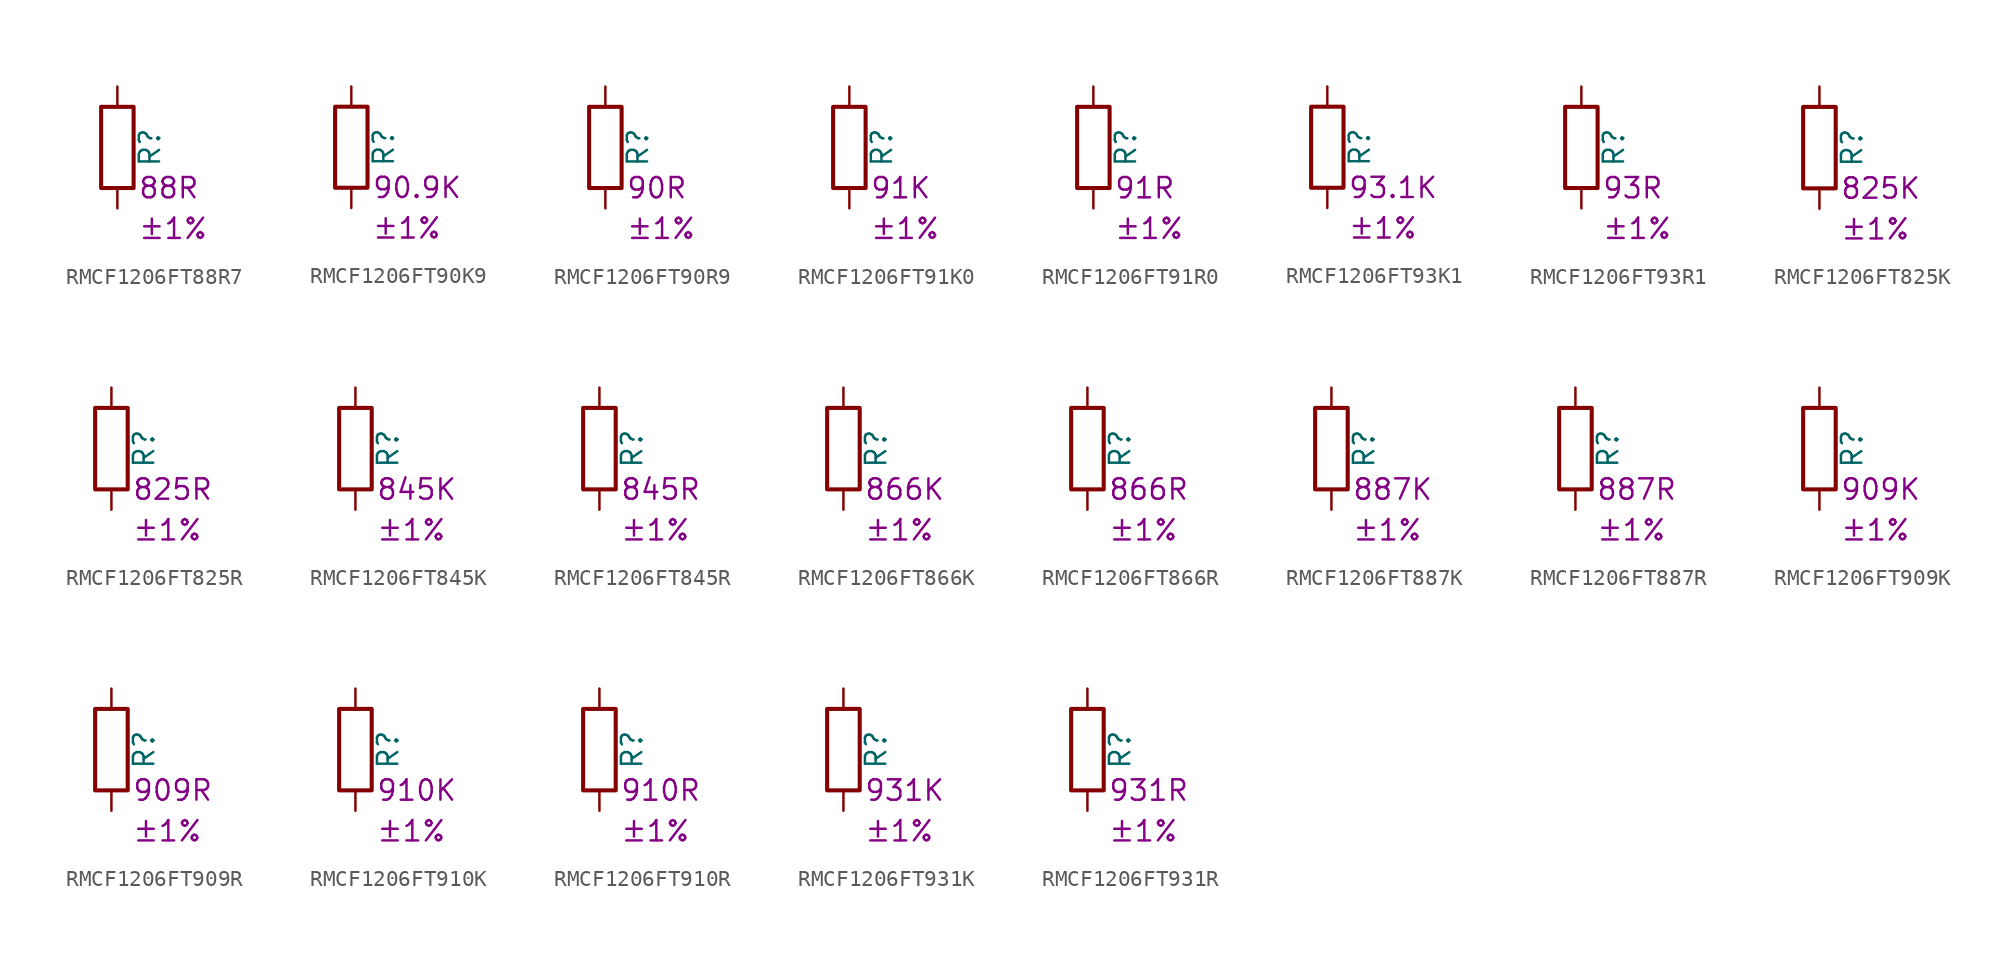
<source format=kicad_sym>
(kicad_symbol_lib
  (version 20220914)
  (generator kicad_symbol_editor)
  (symbol "RMCF1206FT88R7"
    (pin_numbers hide)
    (pin_names
      (offset 0))
    (property "Reference" "R"
      (at 2.032 0 90)
      (effects (font (size 1.27 1.27))))
    (property "Resistance" "88R"
      (at 1.27 -2.54 0)
      (effects (font (size 1.27 1.27)) (justify left)))
    (property "Tolerance" "±1%"
      (at 1.27 -5.08 0)
      (effects (font (size 1.27 1.27)) (justify left)))
    (symbol "RMCF1206FT88R7_0_1"
      (rectangle (start -1.016 -2.54) (end 1.016 2.54) (stroke (width 0.254) (type default)) (fill (type none))))
    (symbol "RMCF1206FT88R7_1_1"
      (pin passive line (at 0 3.81 270) (length 1.27) (name "~" (effects (font (size 1.27 1.27)))) (number "1" (effects (font (size 1.27 1.27)))))
      (pin passive line (at 0 -3.81 90) (length 1.27) (name "~" (effects (font (size 1.27 1.27)))) (number "2" (effects (font (size 1.27 1.27)))))))
  (symbol "RMCF1206FT90K9"
    (pin_numbers hide)
    (pin_names
      (offset 0))
    (property "Reference" "R"
      (at 2.032 0 90)
      (effects (font (size 1.27 1.27))))
    (property "Resistance" "90.9K"
      (at 1.27 -2.54 0)
      (effects (font (size 1.27 1.27)) (justify left)))
    (property "Tolerance" "±1%"
      (at 1.27 -5.08 0)
      (effects (font (size 1.27 1.27)) (justify left)))
    (symbol "RMCF1206FT90K9_0_1"
      (rectangle (start -1.016 -2.54) (end 1.016 2.54) (stroke (width 0.254) (type default)) (fill (type none))))
    (symbol "RMCF1206FT90K9_1_1"
      (pin passive line (at 0 3.81 270) (length 1.27) (name "~" (effects (font (size 1.27 1.27)))) (number "1" (effects (font (size 1.27 1.27)))))
      (pin passive line (at 0 -3.81 90) (length 1.27) (name "~" (effects (font (size 1.27 1.27)))) (number "2" (effects (font (size 1.27 1.27)))))))
  (symbol "RMCF1206FT90R9"
    (pin_numbers hide)
    (pin_names
      (offset 0))
    (property "Reference" "R"
      (at 2.032 0 90)
      (effects (font (size 1.27 1.27))))
    (property "Resistance" "90R"
      (at 1.27 -2.54 0)
      (effects (font (size 1.27 1.27)) (justify left)))
    (property "Tolerance" "±1%"
      (at 1.27 -5.08 0)
      (effects (font (size 1.27 1.27)) (justify left)))
    (symbol "RMCF1206FT90R9_0_1"
      (rectangle (start -1.016 -2.54) (end 1.016 2.54) (stroke (width 0.254) (type default)) (fill (type none))))
    (symbol "RMCF1206FT90R9_1_1"
      (pin passive line (at 0 3.81 270) (length 1.27) (name "~" (effects (font (size 1.27 1.27)))) (number "1" (effects (font (size 1.27 1.27)))))
      (pin passive line (at 0 -3.81 90) (length 1.27) (name "~" (effects (font (size 1.27 1.27)))) (number "2" (effects (font (size 1.27 1.27)))))))
  (symbol "RMCF1206FT91K0"
    (pin_numbers hide)
    (pin_names
      (offset 0))
    (property "Reference" "R"
      (at 2.032 0 90)
      (effects (font (size 1.27 1.27))))
    (property "Resistance" "91K"
      (at 1.27 -2.54 0)
      (effects (font (size 1.27 1.27)) (justify left)))
    (property "Tolerance" "±1%"
      (at 1.27 -5.08 0)
      (effects (font (size 1.27 1.27)) (justify left)))
    (symbol "RMCF1206FT91K0_0_1"
      (rectangle (start -1.016 -2.54) (end 1.016 2.54) (stroke (width 0.254) (type default)) (fill (type none))))
    (symbol "RMCF1206FT91K0_1_1"
      (pin passive line (at 0 3.81 270) (length 1.27) (name "~" (effects (font (size 1.27 1.27)))) (number "1" (effects (font (size 1.27 1.27)))))
      (pin passive line (at 0 -3.81 90) (length 1.27) (name "~" (effects (font (size 1.27 1.27)))) (number "2" (effects (font (size 1.27 1.27)))))))
  (symbol "RMCF1206FT91R0"
    (pin_numbers hide)
    (pin_names
      (offset 0))
    (property "Reference" "R"
      (at 2.032 0 90)
      (effects (font (size 1.27 1.27))))
    (property "Resistance" "91R"
      (at 1.27 -2.54 0)
      (effects (font (size 1.27 1.27)) (justify left)))
    (property "Tolerance" "±1%"
      (at 1.27 -5.08 0)
      (effects (font (size 1.27 1.27)) (justify left)))
    (symbol "RMCF1206FT91R0_0_1"
      (rectangle (start -1.016 -2.54) (end 1.016 2.54) (stroke (width 0.254) (type default)) (fill (type none))))
    (symbol "RMCF1206FT91R0_1_1"
      (pin passive line (at 0 3.81 270) (length 1.27) (name "~" (effects (font (size 1.27 1.27)))) (number "1" (effects (font (size 1.27 1.27)))))
      (pin passive line (at 0 -3.81 90) (length 1.27) (name "~" (effects (font (size 1.27 1.27)))) (number "2" (effects (font (size 1.27 1.27)))))))
  (symbol "RMCF1206FT93K1"
    (pin_numbers hide)
    (pin_names
      (offset 0))
    (property "Reference" "R"
      (at 2.032 0 90)
      (effects (font (size 1.27 1.27))))
    (property "Resistance" "93.1K"
      (at 1.27 -2.54 0)
      (effects (font (size 1.27 1.27)) (justify left)))
    (property "Tolerance" "±1%"
      (at 1.27 -5.08 0)
      (effects (font (size 1.27 1.27)) (justify left)))
    (symbol "RMCF1206FT93K1_0_1"
      (rectangle (start -1.016 -2.54) (end 1.016 2.54) (stroke (width 0.254) (type default)) (fill (type none))))
    (symbol "RMCF1206FT93K1_1_1"
      (pin passive line (at 0 3.81 270) (length 1.27) (name "~" (effects (font (size 1.27 1.27)))) (number "1" (effects (font (size 1.27 1.27)))))
      (pin passive line (at 0 -3.81 90) (length 1.27) (name "~" (effects (font (size 1.27 1.27)))) (number "2" (effects (font (size 1.27 1.27)))))))
  (symbol "RMCF1206FT93R1"
    (pin_numbers hide)
    (pin_names
      (offset 0))
    (property "Reference" "R"
      (at 2.032 0 90)
      (effects (font (size 1.27 1.27))))
    (property "Resistance" "93R"
      (at 1.27 -2.54 0)
      (effects (font (size 1.27 1.27)) (justify left)))
    (property "Tolerance" "±1%"
      (at 1.27 -5.08 0)
      (effects (font (size 1.27 1.27)) (justify left)))
    (symbol "RMCF1206FT93R1_0_1"
      (rectangle (start -1.016 -2.54) (end 1.016 2.54) (stroke (width 0.254) (type default)) (fill (type none))))
    (symbol "RMCF1206FT93R1_1_1"
      (pin passive line (at 0 3.81 270) (length 1.27) (name "~" (effects (font (size 1.27 1.27)))) (number "1" (effects (font (size 1.27 1.27)))))
      (pin passive line (at 0 -3.81 90) (length 1.27) (name "~" (effects (font (size 1.27 1.27)))) (number "2" (effects (font (size 1.27 1.27)))))))
  (symbol "RMCF1206FT825K"
    (pin_numbers hide)
    (pin_names
      (offset 0))
    (property "Reference" "R"
      (at 2.032 0 90)
      (effects (font (size 1.27 1.27))))
    (property "Resistance" "825K"
      (at 1.27 -2.54 0)
      (effects (font (size 1.27 1.27)) (justify left)))
    (property "Tolerance" "±1%"
      (at 1.27 -5.08 0)
      (effects (font (size 1.27 1.27)) (justify left)))
    (symbol "RMCF1206FT825K_0_1"
      (rectangle (start -1.016 -2.54) (end 1.016 2.54) (stroke (width 0.254) (type default)) (fill (type none))))
    (symbol "RMCF1206FT825K_1_1"
      (pin passive line (at 0 3.81 270) (length 1.27) (name "~" (effects (font (size 1.27 1.27)))) (number "1" (effects (font (size 1.27 1.27)))))
      (pin passive line (at 0 -3.81 90) (length 1.27) (name "~" (effects (font (size 1.27 1.27)))) (number "2" (effects (font (size 1.27 1.27)))))))
  (symbol "RMCF1206FT825R"
    (pin_numbers hide)
    (pin_names
      (offset 0))
    (property "Reference" "R"
      (at 2.032 0 90)
      (effects (font (size 1.27 1.27))))
    (property "Resistance" "825R"
      (at 1.27 -2.54 0)
      (effects (font (size 1.27 1.27)) (justify left)))
    (property "Tolerance" "±1%"
      (at 1.27 -5.08 0)
      (effects (font (size 1.27 1.27)) (justify left)))
    (symbol "RMCF1206FT825R_0_1"
      (rectangle (start -1.016 -2.54) (end 1.016 2.54) (stroke (width 0.254) (type default)) (fill (type none))))
    (symbol "RMCF1206FT825R_1_1"
      (pin passive line (at 0 3.81 270) (length 1.27) (name "~" (effects (font (size 1.27 1.27)))) (number "1" (effects (font (size 1.27 1.27)))))
      (pin passive line (at 0 -3.81 90) (length 1.27) (name "~" (effects (font (size 1.27 1.27)))) (number "2" (effects (font (size 1.27 1.27)))))))
  (symbol "RMCF1206FT845K"
    (pin_numbers hide)
    (pin_names
      (offset 0))
    (property "Reference" "R"
      (at 2.032 0 90)
      (effects (font (size 1.27 1.27))))
    (property "Resistance" "845K"
      (at 1.27 -2.54 0)
      (effects (font (size 1.27 1.27)) (justify left)))
    (property "Tolerance" "±1%"
      (at 1.27 -5.08 0)
      (effects (font (size 1.27 1.27)) (justify left)))
    (symbol "RMCF1206FT845K_0_1"
      (rectangle (start -1.016 -2.54) (end 1.016 2.54) (stroke (width 0.254) (type default)) (fill (type none))))
    (symbol "RMCF1206FT845K_1_1"
      (pin passive line (at 0 3.81 270) (length 1.27) (name "~" (effects (font (size 1.27 1.27)))) (number "1" (effects (font (size 1.27 1.27)))))
      (pin passive line (at 0 -3.81 90) (length 1.27) (name "~" (effects (font (size 1.27 1.27)))) (number "2" (effects (font (size 1.27 1.27)))))))
  (symbol "RMCF1206FT845R"
    (pin_numbers hide)
    (pin_names
      (offset 0))
    (property "Reference" "R"
      (at 2.032 0 90)
      (effects (font (size 1.27 1.27))))
    (property "Resistance" "845R"
      (at 1.27 -2.54 0)
      (effects (font (size 1.27 1.27)) (justify left)))
    (property "Tolerance" "±1%"
      (at 1.27 -5.08 0)
      (effects (font (size 1.27 1.27)) (justify left)))
    (symbol "RMCF1206FT845R_0_1"
      (rectangle (start -1.016 -2.54) (end 1.016 2.54) (stroke (width 0.254) (type default)) (fill (type none))))
    (symbol "RMCF1206FT845R_1_1"
      (pin passive line (at 0 3.81 270) (length 1.27) (name "~" (effects (font (size 1.27 1.27)))) (number "1" (effects (font (size 1.27 1.27)))))
      (pin passive line (at 0 -3.81 90) (length 1.27) (name "~" (effects (font (size 1.27 1.27)))) (number "2" (effects (font (size 1.27 1.27)))))))
  (symbol "RMCF1206FT866K"
    (pin_numbers hide)
    (pin_names
      (offset 0))
    (property "Reference" "R"
      (at 2.032 0 90)
      (effects (font (size 1.27 1.27))))
    (property "Resistance" "866K"
      (at 1.27 -2.54 0)
      (effects (font (size 1.27 1.27)) (justify left)))
    (property "Tolerance" "±1%"
      (at 1.27 -5.08 0)
      (effects (font (size 1.27 1.27)) (justify left)))
    (symbol "RMCF1206FT866K_0_1"
      (rectangle (start -1.016 -2.54) (end 1.016 2.54) (stroke (width 0.254) (type default)) (fill (type none))))
    (symbol "RMCF1206FT866K_1_1"
      (pin passive line (at 0 3.81 270) (length 1.27) (name "~" (effects (font (size 1.27 1.27)))) (number "1" (effects (font (size 1.27 1.27)))))
      (pin passive line (at 0 -3.81 90) (length 1.27) (name "~" (effects (font (size 1.27 1.27)))) (number "2" (effects (font (size 1.27 1.27)))))))
  (symbol "RMCF1206FT866R"
    (pin_numbers hide)
    (pin_names
      (offset 0))
    (property "Reference" "R"
      (at 2.032 0 90)
      (effects (font (size 1.27 1.27))))
    (property "Resistance" "866R"
      (at 1.27 -2.54 0)
      (effects (font (size 1.27 1.27)) (justify left)))
    (property "Tolerance" "±1%"
      (at 1.27 -5.08 0)
      (effects (font (size 1.27 1.27)) (justify left)))
    (symbol "RMCF1206FT866R_0_1"
      (rectangle (start -1.016 -2.54) (end 1.016 2.54) (stroke (width 0.254) (type default)) (fill (type none))))
    (symbol "RMCF1206FT866R_1_1"
      (pin passive line (at 0 3.81 270) (length 1.27) (name "~" (effects (font (size 1.27 1.27)))) (number "1" (effects (font (size 1.27 1.27)))))
      (pin passive line (at 0 -3.81 90) (length 1.27) (name "~" (effects (font (size 1.27 1.27)))) (number "2" (effects (font (size 1.27 1.27)))))))
  (symbol "RMCF1206FT887K"
    (pin_numbers hide)
    (pin_names
      (offset 0))
    (property "Reference" "R"
      (at 2.032 0 90)
      (effects (font (size 1.27 1.27))))
    (property "Resistance" "887K"
      (at 1.27 -2.54 0)
      (effects (font (size 1.27 1.27)) (justify left)))
    (property "Tolerance" "±1%"
      (at 1.27 -5.08 0)
      (effects (font (size 1.27 1.27)) (justify left)))
    (symbol "RMCF1206FT887K_0_1"
      (rectangle (start -1.016 -2.54) (end 1.016 2.54) (stroke (width 0.254) (type default)) (fill (type none))))
    (symbol "RMCF1206FT887K_1_1"
      (pin passive line (at 0 3.81 270) (length 1.27) (name "~" (effects (font (size 1.27 1.27)))) (number "1" (effects (font (size 1.27 1.27)))))
      (pin passive line (at 0 -3.81 90) (length 1.27) (name "~" (effects (font (size 1.27 1.27)))) (number "2" (effects (font (size 1.27 1.27)))))))
  (symbol "RMCF1206FT887R"
    (pin_numbers hide)
    (pin_names
      (offset 0))
    (property "Reference" "R"
      (at 2.032 0 90)
      (effects (font (size 1.27 1.27))))
    (property "Resistance" "887R"
      (at 1.27 -2.54 0)
      (effects (font (size 1.27 1.27)) (justify left)))
    (property "Tolerance" "±1%"
      (at 1.27 -5.08 0)
      (effects (font (size 1.27 1.27)) (justify left)))
    (symbol "RMCF1206FT887R_0_1"
      (rectangle (start -1.016 -2.54) (end 1.016 2.54) (stroke (width 0.254) (type default)) (fill (type none))))
    (symbol "RMCF1206FT887R_1_1"
      (pin passive line (at 0 3.81 270) (length 1.27) (name "~" (effects (font (size 1.27 1.27)))) (number "1" (effects (font (size 1.27 1.27)))))
      (pin passive line (at 0 -3.81 90) (length 1.27) (name "~" (effects (font (size 1.27 1.27)))) (number "2" (effects (font (size 1.27 1.27)))))))
  (symbol "RMCF1206FT909K"
    (pin_numbers hide)
    (pin_names
      (offset 0))
    (property "Reference" "R"
      (at 2.032 0 90)
      (effects (font (size 1.27 1.27))))
    (property "Resistance" "909K"
      (at 1.27 -2.54 0)
      (effects (font (size 1.27 1.27)) (justify left)))
    (property "Tolerance" "±1%"
      (at 1.27 -5.08 0)
      (effects (font (size 1.27 1.27)) (justify left)))
    (symbol "RMCF1206FT909K_0_1"
      (rectangle (start -1.016 -2.54) (end 1.016 2.54) (stroke (width 0.254) (type default)) (fill (type none))))
    (symbol "RMCF1206FT909K_1_1"
      (pin passive line (at 0 3.81 270) (length 1.27) (name "~" (effects (font (size 1.27 1.27)))) (number "1" (effects (font (size 1.27 1.27)))))
      (pin passive line (at 0 -3.81 90) (length 1.27) (name "~" (effects (font (size 1.27 1.27)))) (number "2" (effects (font (size 1.27 1.27)))))))
  (symbol "RMCF1206FT909R"
    (pin_numbers hide)
    (pin_names
      (offset 0))
    (property "Reference" "R"
      (at 2.032 0 90)
      (effects (font (size 1.27 1.27))))
    (property "Resistance" "909R"
      (at 1.27 -2.54 0)
      (effects (font (size 1.27 1.27)) (justify left)))
    (property "Tolerance" "±1%"
      (at 1.27 -5.08 0)
      (effects (font (size 1.27 1.27)) (justify left)))
    (symbol "RMCF1206FT909R_0_1"
      (rectangle (start -1.016 -2.54) (end 1.016 2.54) (stroke (width 0.254) (type default)) (fill (type none))))
    (symbol "RMCF1206FT909R_1_1"
      (pin passive line (at 0 3.81 270) (length 1.27) (name "~" (effects (font (size 1.27 1.27)))) (number "1" (effects (font (size 1.27 1.27)))))
      (pin passive line (at 0 -3.81 90) (length 1.27) (name "~" (effects (font (size 1.27 1.27)))) (number "2" (effects (font (size 1.27 1.27)))))))
  (symbol "RMCF1206FT910K"
    (pin_numbers hide)
    (pin_names
      (offset 0))
    (property "Reference" "R"
      (at 2.032 0 90)
      (effects (font (size 1.27 1.27))))
    (property "Resistance" "910K"
      (at 1.27 -2.54 0)
      (effects (font (size 1.27 1.27)) (justify left)))
    (property "Tolerance" "±1%"
      (at 1.27 -5.08 0)
      (effects (font (size 1.27 1.27)) (justify left)))
    (symbol "RMCF1206FT910K_0_1"
      (rectangle (start -1.016 -2.54) (end 1.016 2.54) (stroke (width 0.254) (type default)) (fill (type none))))
    (symbol "RMCF1206FT910K_1_1"
      (pin passive line (at 0 3.81 270) (length 1.27) (name "~" (effects (font (size 1.27 1.27)))) (number "1" (effects (font (size 1.27 1.27)))))
      (pin passive line (at 0 -3.81 90) (length 1.27) (name "~" (effects (font (size 1.27 1.27)))) (number "2" (effects (font (size 1.27 1.27)))))))
  (symbol "RMCF1206FT910R"
    (pin_numbers hide)
    (pin_names
      (offset 0))
    (property "Reference" "R"
      (at 2.032 0 90)
      (effects (font (size 1.27 1.27))))
    (property "Resistance" "910R"
      (at 1.27 -2.54 0)
      (effects (font (size 1.27 1.27)) (justify left)))
    (property "Tolerance" "±1%"
      (at 1.27 -5.08 0)
      (effects (font (size 1.27 1.27)) (justify left)))
    (symbol "RMCF1206FT910R_0_1"
      (rectangle (start -1.016 -2.54) (end 1.016 2.54) (stroke (width 0.254) (type default)) (fill (type none))))
    (symbol "RMCF1206FT910R_1_1"
      (pin passive line (at 0 3.81 270) (length 1.27) (name "~" (effects (font (size 1.27 1.27)))) (number "1" (effects (font (size 1.27 1.27)))))
      (pin passive line (at 0 -3.81 90) (length 1.27) (name "~" (effects (font (size 1.27 1.27)))) (number "2" (effects (font (size 1.27 1.27)))))))
  (symbol "RMCF1206FT931K"
    (pin_numbers hide)
    (pin_names
      (offset 0))
    (property "Reference" "R"
      (at 2.032 0 90)
      (effects (font (size 1.27 1.27))))
    (property "Resistance" "931K"
      (at 1.27 -2.54 0)
      (effects (font (size 1.27 1.27)) (justify left)))
    (property "Tolerance" "±1%"
      (at 1.27 -5.08 0)
      (effects (font (size 1.27 1.27)) (justify left)))
    (symbol "RMCF1206FT931K_0_1"
      (rectangle (start -1.016 -2.54) (end 1.016 2.54) (stroke (width 0.254) (type default)) (fill (type none))))
    (symbol "RMCF1206FT931K_1_1"
      (pin passive line (at 0 3.81 270) (length 1.27) (name "~" (effects (font (size 1.27 1.27)))) (number "1" (effects (font (size 1.27 1.27)))))
      (pin passive line (at 0 -3.81 90) (length 1.27) (name "~" (effects (font (size 1.27 1.27)))) (number "2" (effects (font (size 1.27 1.27)))))))
  (symbol "RMCF1206FT931R"
    (pin_numbers hide)
    (pin_names
      (offset 0))
    (property "Reference" "R"
      (at 2.032 0 90)
      (effects (font (size 1.27 1.27))))
    (property "Resistance" "931R"
      (at 1.27 -2.54 0)
      (effects (font (size 1.27 1.27)) (justify left)))
    (property "Tolerance" "±1%"
      (at 1.27 -5.08 0)
      (effects (font (size 1.27 1.27)) (justify left)))
    (symbol "RMCF1206FT931R_0_1"
      (rectangle (start -1.016 -2.54) (end 1.016 2.54) (stroke (width 0.254) (type default)) (fill (type none))))
    (symbol "RMCF1206FT931R_1_1"
      (pin passive line (at 0 3.81 270) (length 1.27) (name "~" (effects (font (size 1.27 1.27)))) (number "1" (effects (font (size 1.27 1.27)))))
      (pin passive line (at 0 -3.81 90) (length 1.27) (name "~" (effects (font (size 1.27 1.27)))) (number "2" (effects (font (size 1.27 1.27))))))))
</source>
